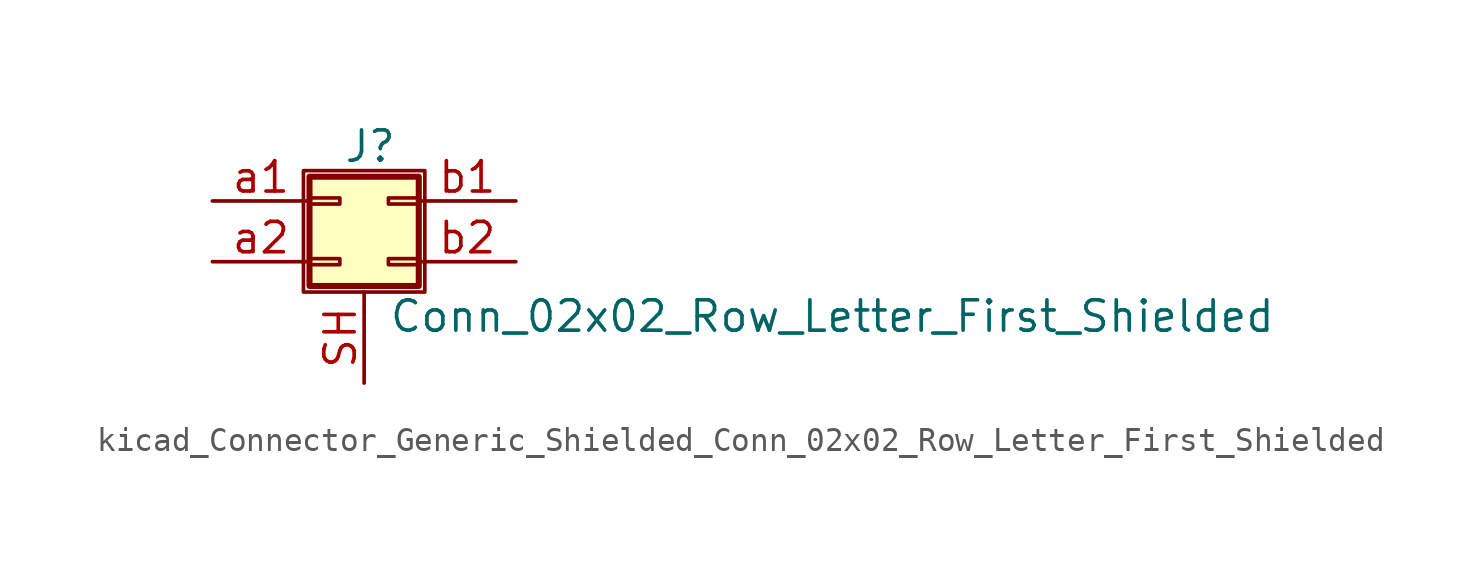
<source format=kicad_sym>
(kicad_symbol_lib
  (version 20220914)
  (generator kicad_symbol_editor)
  (symbol "kicad_Connector_Generic_Shielded_Conn_02x02_Row_Letter_First_Shielded"
    (pin_names
      (offset 1.016) hide)
    (property "Reference" "J"
      (at 1.524 2.286 0)
      (effects (font (size 1.27 1.27))))
    (property "Value" "Conn_02x02_Row_Letter_First_Shielded"
      (at 2.286 -4.826 0)
      (effects (font (size 1.27 1.27)) (justify left)))
    (symbol "kicad_Connector_Generic_Shielded_Conn_02x02_Row_Letter_First_Shielded_1_1"
      (rectangle (start -1.27 1.27) (end 3.81 -3.81) (stroke (width 0.152) (type default)) (fill (type none)))
      (rectangle (start -1.016 -2.413) (end 0.254 -2.667) (stroke (width 0.152) (type default)) (fill (type none)))
      (rectangle (start -1.016 0.127) (end 0.254 -0.127) (stroke (width 0.152) (type default)) (fill (type none)))
      (rectangle (start -1.016 1.016) (end 3.556 -3.556) (stroke (width 0.254) (type default)) (fill (type background)))
      (rectangle (start 3.556 -2.413) (end 2.286 -2.667) (stroke (width 0.152) (type default)) (fill (type none)))
      (rectangle (start 3.556 0.127) (end 2.286 -0.127) (stroke (width 0.152) (type default)) (fill (type none)))
      (pin passive line (at 1.27 -7.62 90) (length 3.81) (name "Shield" (effects (font (size 1.27 1.27)))) (number "SH" (effects (font (size 1.27 1.27)))))
      (pin passive line (at -5.08 0 0) (length 4.064) (name "Pin_a1" (effects (font (size 1.27 1.27)))) (number "a1" (effects (font (size 1.27 1.27)))))
      (pin passive line (at -5.08 -2.54 0) (length 4.064) (name "Pin_a2" (effects (font (size 1.27 1.27)))) (number "a2" (effects (font (size 1.27 1.27)))))
      (pin passive line (at 7.62 0 180) (length 4.064) (name "Pin_b1" (effects (font (size 1.27 1.27)))) (number "b1" (effects (font (size 1.27 1.27)))))
      (pin passive line (at 7.62 -2.54 180) (length 4.064) (name "Pin_b2" (effects (font (size 1.27 1.27)))) (number "b2" (effects (font (size 1.27 1.27))))))))
</source>
